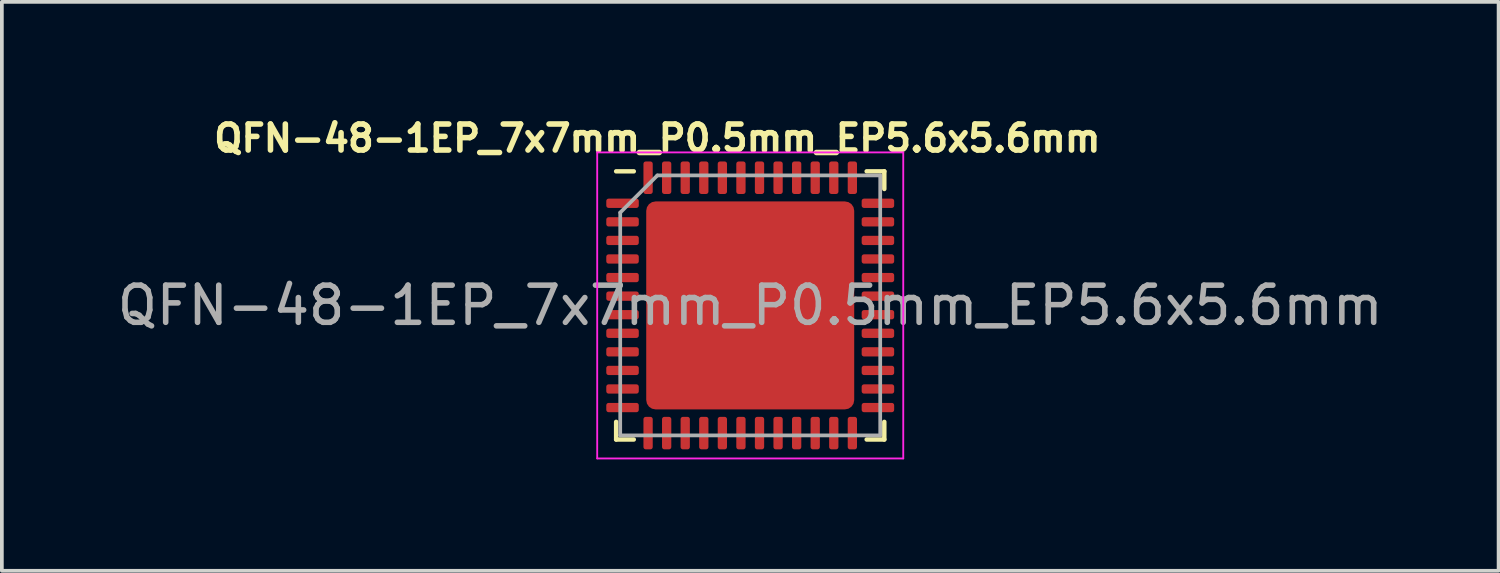
<source format=kicad_pcb>
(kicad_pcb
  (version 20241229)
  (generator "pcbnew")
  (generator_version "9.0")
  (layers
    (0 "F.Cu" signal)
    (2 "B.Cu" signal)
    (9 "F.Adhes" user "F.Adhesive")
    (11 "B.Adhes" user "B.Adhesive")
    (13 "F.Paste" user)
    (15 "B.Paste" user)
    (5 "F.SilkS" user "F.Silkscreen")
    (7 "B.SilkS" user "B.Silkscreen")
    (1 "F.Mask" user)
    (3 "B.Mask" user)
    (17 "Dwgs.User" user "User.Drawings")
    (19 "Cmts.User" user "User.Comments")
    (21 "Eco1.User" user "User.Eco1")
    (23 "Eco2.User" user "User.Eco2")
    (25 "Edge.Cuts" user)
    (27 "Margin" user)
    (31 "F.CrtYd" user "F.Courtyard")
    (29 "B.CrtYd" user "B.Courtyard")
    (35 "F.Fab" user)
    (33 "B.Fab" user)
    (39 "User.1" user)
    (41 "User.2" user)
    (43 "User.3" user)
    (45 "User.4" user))
  (footprint "QFN-48-1EP_7x7mm_P0.5mm_EP5.6x5.6mm"
    (layer "F.Cu")
    (at 17.149 5.173)
    (property "Reference" "QFN-48-1EP_7x7mm_P0.5mm_EP5.6x5.6mm" (at -2.5 -4.5 0) (layer "F.SilkS") (effects (font (size 0.7 0.7) (thickness 0.15))))
    (attr smd)
    (fp_line (start -3.61 3.61) (end -3.61 3.135) (stroke (width 0.12) (type solid)) (layer "F.SilkS"))
    (fp_line (start -3.135 -3.61) (end -3.61 -3.61) (stroke (width 0.12) (type solid)) (layer "F.SilkS"))
    (fp_line (start -3.135 3.61) (end -3.61 3.61) (stroke (width 0.12) (type solid)) (layer "F.SilkS"))
    (fp_line (start 3.135 -3.61) (end 3.61 -3.61) (stroke (width 0.12) (type solid)) (layer "F.SilkS"))
    (fp_line (start 3.135 3.61) (end 3.61 3.61) (stroke (width 0.12) (type solid)) (layer "F.SilkS"))
    (fp_line (start 3.61 -3.61) (end 3.61 -3.135) (stroke (width 0.12) (type solid)) (layer "F.SilkS"))
    (fp_line (start 3.61 3.61) (end 3.61 3.135) (stroke (width 0.12) (type solid)) (layer "F.SilkS"))
    (fp_line (start -4.12 -4.12) (end -4.12 4.12) (stroke (width 0.05) (type solid)) (layer "F.CrtYd"))
    (fp_line (start -4.12 4.12) (end 4.12 4.12) (stroke (width 0.05) (type solid)) (layer "F.CrtYd"))
    (fp_line (start 4.12 -4.12) (end -4.12 -4.12) (stroke (width 0.05) (type solid)) (layer "F.CrtYd"))
    (fp_line (start 4.12 4.12) (end 4.12 -4.12) (stroke (width 0.05) (type solid)) (layer "F.CrtYd"))
    (fp_line (start -3.5 -2.5) (end -2.5 -3.5) (stroke (width 0.1) (type solid)) (layer "F.Fab"))
    (fp_line (start -3.5 3.5) (end -3.5 -2.5) (stroke (width 0.1) (type solid)) (layer "F.Fab"))
    (fp_line (start -2.5 -3.5) (end 3.5 -3.5) (stroke (width 0.1) (type solid)) (layer "F.Fab"))
    (fp_line (start 3.5 -3.5) (end 3.5 3.5) (stroke (width 0.1) (type solid)) (layer "F.Fab"))
    (fp_line (start 3.5 3.5) (end -3.5 3.5) (stroke (width 0.1) (type solid)) (layer "F.Fab"))
    (fp_text user "${REFERENCE}" (at 0 0 0) (layer "F.Fab") (effects (font (size 1 1) (thickness 0.15))))
    (pad "" smd roundrect (at -2.1 -2.1) (size 1.13 1.13) (layers "F.Paste") (roundrect_rratio 0.221))
    (pad "" smd roundrect (at -2.1 -0.7) (size 1.13 1.13) (layers "F.Paste") (roundrect_rratio 0.221))
    (pad "" smd roundrect (at -2.1 0.7) (size 1.13 1.13) (layers "F.Paste") (roundrect_rratio 0.221))
    (pad "" smd roundrect (at -2.1 2.1) (size 1.13 1.13) (layers "F.Paste") (roundrect_rratio 0.221))
    (pad "" smd roundrect (at -0.7 -2.1) (size 1.13 1.13) (layers "F.Paste") (roundrect_rratio 0.221))
    (pad "" smd roundrect (at -0.7 -0.7) (size 1.13 1.13) (layers "F.Paste") (roundrect_rratio 0.221))
    (pad "" smd roundrect (at -0.7 0.7) (size 1.13 1.13) (layers "F.Paste") (roundrect_rratio 0.221))
    (pad "" smd roundrect (at -0.7 2.1) (size 1.13 1.13) (layers "F.Paste") (roundrect_rratio 0.221))
    (pad "" smd roundrect (at 0.7 -2.1) (size 1.13 1.13) (layers "F.Paste") (roundrect_rratio 0.221))
    (pad "" smd roundrect (at 0.7 -0.7) (size 1.13 1.13) (layers "F.Paste") (roundrect_rratio 0.221))
    (pad "" smd roundrect (at 0.7 0.7) (size 1.13 1.13) (layers "F.Paste") (roundrect_rratio 0.221))
    (pad "" smd roundrect (at 0.7 2.1) (size 1.13 1.13) (layers "F.Paste") (roundrect_rratio 0.221))
    (pad "" smd roundrect (at 2.1 -2.1) (size 1.13 1.13) (layers "F.Paste") (roundrect_rratio 0.221))
    (pad "" smd roundrect (at 2.1 -0.7) (size 1.13 1.13) (layers "F.Paste") (roundrect_rratio 0.221))
    (pad "" smd roundrect (at 2.1 0.7) (size 1.13 1.13) (layers "F.Paste") (roundrect_rratio 0.221))
    (pad "" smd roundrect (at 2.1 2.1) (size 1.13 1.13) (layers "F.Paste") (roundrect_rratio 0.221))
    (pad "1" smd roundrect (at -3.438 -2.75) (size 0.875 0.25) (layers "F.Cu" "F.Mask" "F.Paste") (roundrect_rratio 0.25))
    (pad "2" smd roundrect (at -3.438 -2.25) (size 0.875 0.25) (layers "F.Cu" "F.Mask" "F.Paste") (roundrect_rratio 0.25))
    (pad "3" smd roundrect (at -3.438 -1.75) (size 0.875 0.25) (layers "F.Cu" "F.Mask" "F.Paste") (roundrect_rratio 0.25))
    (pad "4" smd roundrect (at -3.438 -1.25) (size 0.875 0.25) (layers "F.Cu" "F.Mask" "F.Paste") (roundrect_rratio 0.25))
    (pad "5" smd roundrect (at -3.438 -0.75) (size 0.875 0.25) (layers "F.Cu" "F.Mask" "F.Paste") (roundrect_rratio 0.25))
    (pad "6" smd roundrect (at -3.438 -0.25) (size 0.875 0.25) (layers "F.Cu" "F.Mask" "F.Paste") (roundrect_rratio 0.25))
    (pad "7" smd roundrect (at -3.438 0.25) (size 0.875 0.25) (layers "F.Cu" "F.Mask" "F.Paste") (roundrect_rratio 0.25))
    (pad "8" smd roundrect (at -3.438 0.75) (size 0.875 0.25) (layers "F.Cu" "F.Mask" "F.Paste") (roundrect_rratio 0.25))
    (pad "9" smd roundrect (at -3.438 1.25) (size 0.875 0.25) (layers "F.Cu" "F.Mask" "F.Paste") (roundrect_rratio 0.25))
    (pad "10" smd roundrect (at -3.438 1.75) (size 0.875 0.25) (layers "F.Cu" "F.Mask" "F.Paste") (roundrect_rratio 0.25))
    (pad "11" smd roundrect (at -3.438 2.25) (size 0.875 0.25) (layers "F.Cu" "F.Mask" "F.Paste") (roundrect_rratio 0.25))
    (pad "12" smd roundrect (at -3.438 2.75) (size 0.875 0.25) (layers "F.Cu" "F.Mask" "F.Paste") (roundrect_rratio 0.25))
    (pad "13" smd roundrect (at -2.75 3.438) (size 0.25 0.875) (layers "F.Cu" "F.Mask" "F.Paste") (roundrect_rratio 0.25))
    (pad "14" smd roundrect (at -2.25 3.438) (size 0.25 0.875) (layers "F.Cu" "F.Mask" "F.Paste") (roundrect_rratio 0.25))
    (pad "15" smd roundrect (at -1.75 3.438) (size 0.25 0.875) (layers "F.Cu" "F.Mask" "F.Paste") (roundrect_rratio 0.25))
    (pad "16" smd roundrect (at -1.25 3.438) (size 0.25 0.875) (layers "F.Cu" "F.Mask" "F.Paste") (roundrect_rratio 0.25))
    (pad "17" smd roundrect (at -0.75 3.438) (size 0.25 0.875) (layers "F.Cu" "F.Mask" "F.Paste") (roundrect_rratio 0.25))
    (pad "18" smd roundrect (at -0.25 3.438) (size 0.25 0.875) (layers "F.Cu" "F.Mask" "F.Paste") (roundrect_rratio 0.25))
    (pad "19" smd roundrect (at 0.25 3.438) (size 0.25 0.875) (layers "F.Cu" "F.Mask" "F.Paste") (roundrect_rratio 0.25))
    (pad "20" smd roundrect (at 0.75 3.438) (size 0.25 0.875) (layers "F.Cu" "F.Mask" "F.Paste") (roundrect_rratio 0.25))
    (pad "21" smd roundrect (at 1.25 3.438) (size 0.25 0.875) (layers "F.Cu" "F.Mask" "F.Paste") (roundrect_rratio 0.25))
    (pad "22" smd roundrect (at 1.75 3.438) (size 0.25 0.875) (layers "F.Cu" "F.Mask" "F.Paste") (roundrect_rratio 0.25))
    (pad "23" smd roundrect (at 2.25 3.438) (size 0.25 0.875) (layers "F.Cu" "F.Mask" "F.Paste") (roundrect_rratio 0.25))
    (pad "24" smd roundrect (at 2.75 3.438) (size 0.25 0.875) (layers "F.Cu" "F.Mask" "F.Paste") (roundrect_rratio 0.25))
    (pad "25" smd roundrect (at 3.438 2.75) (size 0.875 0.25) (layers "F.Cu" "F.Mask" "F.Paste") (roundrect_rratio 0.25))
    (pad "26" smd roundrect (at 3.438 2.25) (size 0.875 0.25) (layers "F.Cu" "F.Mask" "F.Paste") (roundrect_rratio 0.25))
    (pad "27" smd roundrect (at 3.438 1.75) (size 0.875 0.25) (layers "F.Cu" "F.Mask" "F.Paste") (roundrect_rratio 0.25))
    (pad "28" smd roundrect (at 3.438 1.25) (size 0.875 0.25) (layers "F.Cu" "F.Mask" "F.Paste") (roundrect_rratio 0.25))
    (pad "29" smd roundrect (at 3.438 0.75) (size 0.875 0.25) (layers "F.Cu" "F.Mask" "F.Paste") (roundrect_rratio 0.25))
    (pad "30" smd roundrect (at 3.438 0.25) (size 0.875 0.25) (layers "F.Cu" "F.Mask" "F.Paste") (roundrect_rratio 0.25))
    (pad "31" smd roundrect (at 3.438 -0.25) (size 0.875 0.25) (layers "F.Cu" "F.Mask" "F.Paste") (roundrect_rratio 0.25))
    (pad "32" smd roundrect (at 3.438 -0.75) (size 0.875 0.25) (layers "F.Cu" "F.Mask" "F.Paste") (roundrect_rratio 0.25))
    (pad "33" smd roundrect (at 3.438 -1.25) (size 0.875 0.25) (layers "F.Cu" "F.Mask" "F.Paste") (roundrect_rratio 0.25))
    (pad "34" smd roundrect (at 3.438 -1.75) (size 0.875 0.25) (layers "F.Cu" "F.Mask" "F.Paste") (roundrect_rratio 0.25))
    (pad "35" smd roundrect (at 3.438 -2.25) (size 0.875 0.25) (layers "F.Cu" "F.Mask" "F.Paste") (roundrect_rratio 0.25))
    (pad "36" smd roundrect (at 3.438 -2.75) (size 0.875 0.25) (layers "F.Cu" "F.Mask" "F.Paste") (roundrect_rratio 0.25))
    (pad "37" smd roundrect (at 2.75 -3.438) (size 0.25 0.875) (layers "F.Cu" "F.Mask" "F.Paste") (roundrect_rratio 0.25))
    (pad "38" smd roundrect (at 2.25 -3.438) (size 0.25 0.875) (layers "F.Cu" "F.Mask" "F.Paste") (roundrect_rratio 0.25))
    (pad "39" smd roundrect (at 1.75 -3.438) (size 0.25 0.875) (layers "F.Cu" "F.Mask" "F.Paste") (roundrect_rratio 0.25))
    (pad "40" smd roundrect (at 1.25 -3.438) (size 0.25 0.875) (layers "F.Cu" "F.Mask" "F.Paste") (roundrect_rratio 0.25))
    (pad "41" smd roundrect (at 0.75 -3.438) (size 0.25 0.875) (layers "F.Cu" "F.Mask" "F.Paste") (roundrect_rratio 0.25))
    (pad "42" smd roundrect (at 0.25 -3.438) (size 0.25 0.875) (layers "F.Cu" "F.Mask" "F.Paste") (roundrect_rratio 0.25))
    (pad "43" smd roundrect (at -0.25 -3.438) (size 0.25 0.875) (layers "F.Cu" "F.Mask" "F.Paste") (roundrect_rratio 0.25))
    (pad "44" smd roundrect (at -0.75 -3.438) (size 0.25 0.875) (layers "F.Cu" "F.Mask" "F.Paste") (roundrect_rratio 0.25))
    (pad "45" smd roundrect (at -1.25 -3.438) (size 0.25 0.875) (layers "F.Cu" "F.Mask" "F.Paste") (roundrect_rratio 0.25))
    (pad "46" smd roundrect (at -1.75 -3.438) (size 0.25 0.875) (layers "F.Cu" "F.Mask" "F.Paste") (roundrect_rratio 0.25))
    (pad "47" smd roundrect (at -2.25 -3.438) (size 0.25 0.875) (layers "F.Cu" "F.Mask" "F.Paste") (roundrect_rratio 0.25))
    (pad "48" smd roundrect (at -2.75 -3.438) (size 0.25 0.875) (layers "F.Cu" "F.Mask" "F.Paste") (roundrect_rratio 0.25))
    (pad "49" smd roundrect (at 0 0) (size 5.6 5.6) (layers "F.Cu" "F.Mask") (roundrect_rratio 0.045)))
  (gr_rect
    (start -3 -3)
    (end 37.298 12.318)
    (stroke (width 0.1) (type default))
    (fill no)
    (layer "Edge.Cuts")))
</source>
